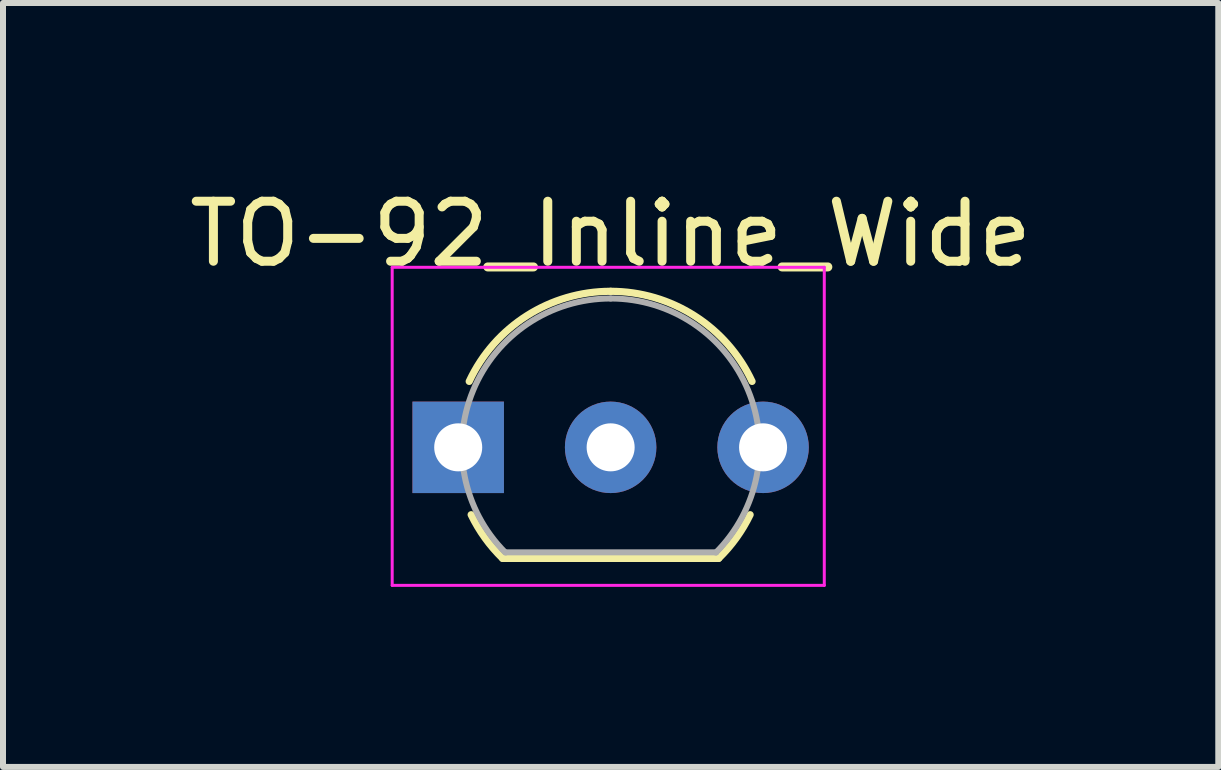
<source format=kicad_pcb>
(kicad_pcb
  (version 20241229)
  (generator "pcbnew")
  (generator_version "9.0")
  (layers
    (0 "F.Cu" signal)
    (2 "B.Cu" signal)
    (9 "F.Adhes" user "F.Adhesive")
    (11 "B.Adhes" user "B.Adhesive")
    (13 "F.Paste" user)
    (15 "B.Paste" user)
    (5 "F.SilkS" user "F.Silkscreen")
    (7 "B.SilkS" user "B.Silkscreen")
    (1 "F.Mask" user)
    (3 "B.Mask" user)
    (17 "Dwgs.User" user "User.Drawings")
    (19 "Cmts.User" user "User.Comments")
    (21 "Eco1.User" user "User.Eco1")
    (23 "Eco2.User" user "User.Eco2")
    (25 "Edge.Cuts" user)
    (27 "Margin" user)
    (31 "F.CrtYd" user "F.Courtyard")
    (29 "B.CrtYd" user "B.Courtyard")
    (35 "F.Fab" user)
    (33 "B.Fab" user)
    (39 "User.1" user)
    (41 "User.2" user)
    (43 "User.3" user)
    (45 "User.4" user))
  (footprint "TO-92_Inline_Wide"
    (layer "F.Cu")
    (at 4.585 4.404)
    (property "Reference" "TO-92_Inline_Wide" (at 2.54 -3.556 180) (layer "F.SilkS") (effects (font (size 1 1) (thickness 0.15))))
    (attr through_hole)
    (fp_line (start 0.74 1.85) (end 4.34 1.85) (stroke (width 0.12) (type solid)) (layer "F.SilkS"))
    (fp_arc (start 0.1836 -1.098807) (mid 1.143021 -2.192817) (end 2.54 -2.6) (stroke (width 0.12) (type solid)) (layer "F.SilkS"))
    (fp_arc (start 0.74 1.85) (mid 0.446097 1.509328) (end 0.215816 1.122795) (stroke (width 0.12) (type solid)) (layer "F.SilkS"))
    (fp_arc (start 2.54 -2.6) (mid 3.936979 -2.192818) (end 4.8964 -1.098807) (stroke (width 0.12) (type solid)) (layer "F.SilkS"))
    (fp_arc (start 4.864184 1.122795) (mid 4.633903 1.509328) (end 4.34 1.85) (stroke (width 0.12) (type solid)) (layer "F.SilkS"))
    (fp_line (start -1.1 -3) (end 6.1 -3) (stroke (width 0.05) (type solid)) (layer "F.CrtYd"))
    (fp_line (start -1.1 2.3) (end -1.1 -3) (stroke (width 0.05) (type solid)) (layer "F.CrtYd"))
    (fp_line (start 6.1 -3) (end 6.1 2.3) (stroke (width 0.05) (type solid)) (layer "F.CrtYd"))
    (fp_line (start 6.1 2.3) (end -1.1 2.3) (stroke (width 0.05) (type solid)) (layer "F.CrtYd"))
    (fp_line (start 0.8 1.75) (end 4.3 1.75) (stroke (width 0.1) (type solid)) (layer "F.Fab"))
    (fp_arc (start 0.786375 1.753625) (mid 0.248779 -0.949055) (end 2.54 -2.48) (stroke (width 0.1) (type solid)) (layer "F.Fab"))
    (fp_arc (start 2.54 -2.48) (mid 4.831221 -0.949055) (end 4.293625 1.753625) (stroke (width 0.1) (type solid)) (layer "F.Fab"))
    (pad "1" thru_hole rect (at 0 0 90) (size 1.524 1.524) (drill 0.8) (layers "*.Mask" "B.Cu"))
    (pad "2" thru_hole circle (at 2.54 0 90) (size 1.524 1.524) (drill 0.8) (layers "*.Mask" "B.Cu"))
    (pad "3" thru_hole circle (at 5.08 0 90) (size 1.524 1.524) (drill 0.8) (layers "*.Mask" "B.Cu")))
  (gr_rect
    (start -3 -3)
    (end 17.25 9.729)
    (stroke (width 0.1) (type default))
    (fill no)
    (layer "Edge.Cuts")))
</source>
